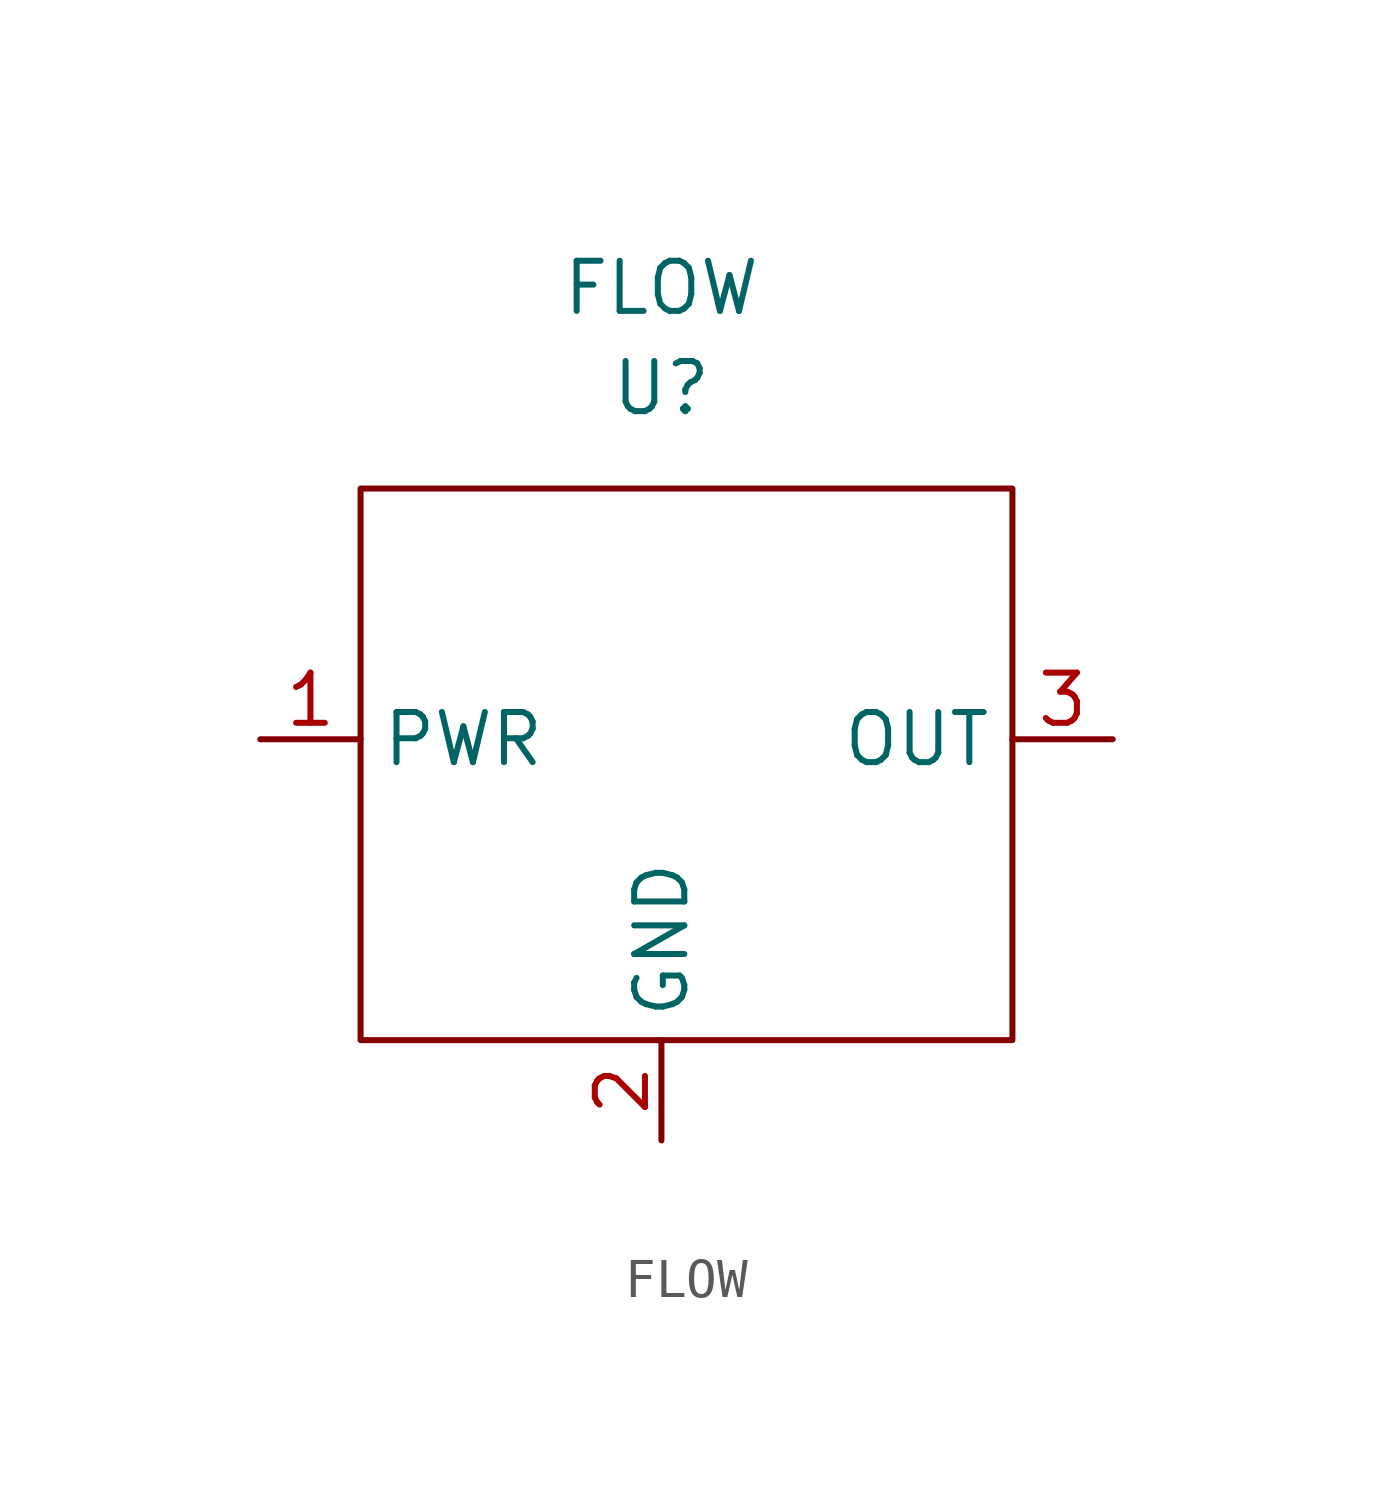
<source format=kicad_sym>
(kicad_symbol_lib
  (version 20211014)
  (generator kicad_symbol_editor)
  (symbol "FLOW"
    (property "Reference" "U"
      (at 0 10.16 0)
      (effects (font (size 1.27 1.27))))
    (property "Value" "FLOW"
      (at 0 12.7 0)
      (effects (font (size 1.27 1.27))))
    (symbol "FLOW_0_1"
      (rectangle (start -7.62 7.62) (end 8.89 -6.35) (stroke (width 0) (type default) (color 0 0 0 0)) (fill (type none))))
    (symbol "FLOW_1_1"
      (pin power_in line (at -10.16 1.27 0) (length 2.54) (name "PWR" (effects (font (size 1.27 1.27)))) (number "1" (effects (font (size 1.27 1.27)))))
      (pin input line (at 0 -8.89 90) (length 2.54) (name "GND" (effects (font (size 1.27 1.27)))) (number "2" (effects (font (size 1.27 1.27)))))
      (pin output line (at 11.43 1.27 180) (length 2.54) (name "OUT" (effects (font (size 1.27 1.27)))) (number "3" (effects (font (size 1.27 1.27))))))))
</source>
